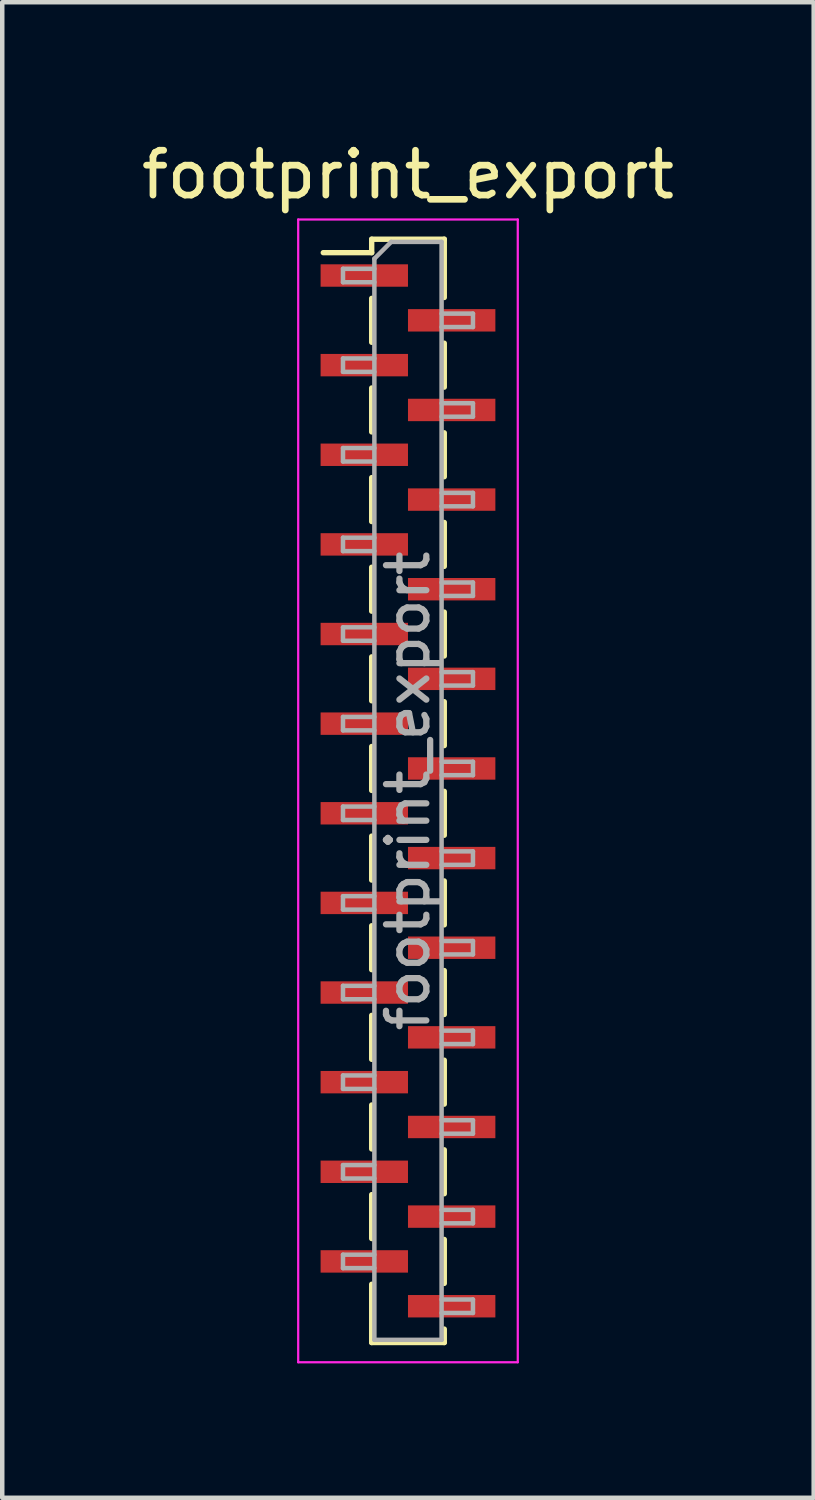
<source format=kicad_pcb>
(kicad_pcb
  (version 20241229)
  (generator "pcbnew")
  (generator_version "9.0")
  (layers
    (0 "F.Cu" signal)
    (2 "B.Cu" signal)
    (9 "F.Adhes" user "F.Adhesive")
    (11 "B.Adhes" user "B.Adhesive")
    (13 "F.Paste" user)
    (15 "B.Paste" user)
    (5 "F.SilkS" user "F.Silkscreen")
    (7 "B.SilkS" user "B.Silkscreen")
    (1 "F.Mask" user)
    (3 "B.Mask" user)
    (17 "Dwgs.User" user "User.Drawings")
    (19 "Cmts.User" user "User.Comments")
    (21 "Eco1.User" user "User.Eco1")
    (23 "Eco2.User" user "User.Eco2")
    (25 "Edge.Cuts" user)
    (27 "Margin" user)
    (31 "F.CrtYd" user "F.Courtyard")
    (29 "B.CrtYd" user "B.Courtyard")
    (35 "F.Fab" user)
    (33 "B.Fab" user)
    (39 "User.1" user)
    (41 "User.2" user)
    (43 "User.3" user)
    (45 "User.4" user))
  (footprint "footprint_export"
    (layer "F.Cu")
    (at 6.054 14.598)
    (property "Reference" "footprint_export" (at 0 -13.75 0) (layer "F.SilkS") (effects (font (size 1 1) (thickness 0.15))))
    (attr smd)
    (fp_line (start -1.89 -12.01) (end -0.81 -12.01) (stroke (width 0.12) (type solid)) (layer "F.SilkS"))
    (fp_line (start -0.81 -12.31) (end -0.81 -12.01) (stroke (width 0.12) (type solid)) (layer "F.SilkS"))
    (fp_line (start -0.81 -12.31) (end 0.81 -12.31) (stroke (width 0.12) (type solid)) (layer "F.SilkS"))
    (fp_line (start -0.81 -10.99) (end -0.81 -10.01) (stroke (width 0.12) (type solid)) (layer "F.SilkS"))
    (fp_line (start -0.81 -8.99) (end -0.81 -8.01) (stroke (width 0.12) (type solid)) (layer "F.SilkS"))
    (fp_line (start -0.81 -6.99) (end -0.81 -6.01) (stroke (width 0.12) (type solid)) (layer "F.SilkS"))
    (fp_line (start -0.81 -4.99) (end -0.81 -4.01) (stroke (width 0.12) (type solid)) (layer "F.SilkS"))
    (fp_line (start -0.81 -2.99) (end -0.81 -2.01) (stroke (width 0.12) (type solid)) (layer "F.SilkS"))
    (fp_line (start -0.81 -0.99) (end -0.81 -0.01) (stroke (width 0.12) (type solid)) (layer "F.SilkS"))
    (fp_line (start -0.81 1.01) (end -0.81 1.99) (stroke (width 0.12) (type solid)) (layer "F.SilkS"))
    (fp_line (start -0.81 3.01) (end -0.81 3.99) (stroke (width 0.12) (type solid)) (layer "F.SilkS"))
    (fp_line (start -0.81 5.01) (end -0.81 5.99) (stroke (width 0.12) (type solid)) (layer "F.SilkS"))
    (fp_line (start -0.81 7.01) (end -0.81 7.99) (stroke (width 0.12) (type solid)) (layer "F.SilkS"))
    (fp_line (start -0.81 9.01) (end -0.81 9.99) (stroke (width 0.12) (type solid)) (layer "F.SilkS"))
    (fp_line (start -0.81 11.01) (end -0.81 12.31) (stroke (width 0.12) (type solid)) (layer "F.SilkS"))
    (fp_line (start -0.81 12.31) (end 0.81 12.31) (stroke (width 0.12) (type solid)) (layer "F.SilkS"))
    (fp_line (start 0.81 -12.31) (end 0.81 -11.01) (stroke (width 0.12) (type solid)) (layer "F.SilkS"))
    (fp_line (start 0.81 -9.99) (end 0.81 -9.01) (stroke (width 0.12) (type solid)) (layer "F.SilkS"))
    (fp_line (start 0.81 -7.99) (end 0.81 -7.01) (stroke (width 0.12) (type solid)) (layer "F.SilkS"))
    (fp_line (start 0.81 -5.99) (end 0.81 -5.01) (stroke (width 0.12) (type solid)) (layer "F.SilkS"))
    (fp_line (start 0.81 -3.99) (end 0.81 -3.01) (stroke (width 0.12) (type solid)) (layer "F.SilkS"))
    (fp_line (start 0.81 -1.99) (end 0.81 -1.01) (stroke (width 0.12) (type solid)) (layer "F.SilkS"))
    (fp_line (start 0.81 0.01) (end 0.81 0.99) (stroke (width 0.12) (type solid)) (layer "F.SilkS"))
    (fp_line (start 0.81 2.01) (end 0.81 2.99) (stroke (width 0.12) (type solid)) (layer "F.SilkS"))
    (fp_line (start 0.81 4.01) (end 0.81 4.99) (stroke (width 0.12) (type solid)) (layer "F.SilkS"))
    (fp_line (start 0.81 6.01) (end 0.81 6.99) (stroke (width 0.12) (type solid)) (layer "F.SilkS"))
    (fp_line (start 0.81 8.01) (end 0.81 8.99) (stroke (width 0.12) (type solid)) (layer "F.SilkS"))
    (fp_line (start 0.81 10.01) (end 0.81 10.99) (stroke (width 0.12) (type solid)) (layer "F.SilkS"))
    (fp_line (start 0.81 12.01) (end 0.81 12.31) (stroke (width 0.12) (type solid)) (layer "F.SilkS"))
    (fp_line (start -2.45 -12.75) (end 2.45 -12.75) (stroke (width 0.05) (type solid)) (layer "F.CrtYd"))
    (fp_line (start -2.45 12.75) (end -2.45 -12.75) (stroke (width 0.05) (type solid)) (layer "F.CrtYd"))
    (fp_line (start 2.45 -12.75) (end 2.45 12.75) (stroke (width 0.05) (type solid)) (layer "F.CrtYd"))
    (fp_line (start 2.45 12.75) (end -2.45 12.75) (stroke (width 0.05) (type solid)) (layer "F.CrtYd"))
    (fp_line (start -1.45 -11.65) (end -0.75 -11.65) (stroke (width 0.1) (type solid)) (layer "F.Fab"))
    (fp_line (start -1.45 -11.35) (end -1.45 -11.65) (stroke (width 0.1) (type solid)) (layer "F.Fab"))
    (fp_line (start -1.45 -9.65) (end -0.75 -9.65) (stroke (width 0.1) (type solid)) (layer "F.Fab"))
    (fp_line (start -1.45 -9.35) (end -1.45 -9.65) (stroke (width 0.1) (type solid)) (layer "F.Fab"))
    (fp_line (start -1.45 -7.65) (end -0.75 -7.65) (stroke (width 0.1) (type solid)) (layer "F.Fab"))
    (fp_line (start -1.45 -7.35) (end -1.45 -7.65) (stroke (width 0.1) (type solid)) (layer "F.Fab"))
    (fp_line (start -1.45 -5.65) (end -0.75 -5.65) (stroke (width 0.1) (type solid)) (layer "F.Fab"))
    (fp_line (start -1.45 -5.35) (end -1.45 -5.65) (stroke (width 0.1) (type solid)) (layer "F.Fab"))
    (fp_line (start -1.45 -3.65) (end -0.75 -3.65) (stroke (width 0.1) (type solid)) (layer "F.Fab"))
    (fp_line (start -1.45 -3.35) (end -1.45 -3.65) (stroke (width 0.1) (type solid)) (layer "F.Fab"))
    (fp_line (start -1.45 -1.65) (end -0.75 -1.65) (stroke (width 0.1) (type solid)) (layer "F.Fab"))
    (fp_line (start -1.45 -1.35) (end -1.45 -1.65) (stroke (width 0.1) (type solid)) (layer "F.Fab"))
    (fp_line (start -1.45 0.35) (end -0.75 0.35) (stroke (width 0.1) (type solid)) (layer "F.Fab"))
    (fp_line (start -1.45 0.65) (end -1.45 0.35) (stroke (width 0.1) (type solid)) (layer "F.Fab"))
    (fp_line (start -1.45 2.35) (end -0.75 2.35) (stroke (width 0.1) (type solid)) (layer "F.Fab"))
    (fp_line (start -1.45 2.65) (end -1.45 2.35) (stroke (width 0.1) (type solid)) (layer "F.Fab"))
    (fp_line (start -1.45 4.35) (end -0.75 4.35) (stroke (width 0.1) (type solid)) (layer "F.Fab"))
    (fp_line (start -1.45 4.65) (end -1.45 4.35) (stroke (width 0.1) (type solid)) (layer "F.Fab"))
    (fp_line (start -1.45 6.35) (end -0.75 6.35) (stroke (width 0.1) (type solid)) (layer "F.Fab"))
    (fp_line (start -1.45 6.65) (end -1.45 6.35) (stroke (width 0.1) (type solid)) (layer "F.Fab"))
    (fp_line (start -1.45 8.35) (end -0.75 8.35) (stroke (width 0.1) (type solid)) (layer "F.Fab"))
    (fp_line (start -1.45 8.65) (end -1.45 8.35) (stroke (width 0.1) (type solid)) (layer "F.Fab"))
    (fp_line (start -1.45 10.35) (end -0.75 10.35) (stroke (width 0.1) (type solid)) (layer "F.Fab"))
    (fp_line (start -1.45 10.65) (end -1.45 10.35) (stroke (width 0.1) (type solid)) (layer "F.Fab"))
    (fp_line (start -0.75 -11.875) (end -0.375 -12.25) (stroke (width 0.1) (type solid)) (layer "F.Fab"))
    (fp_line (start -0.75 -11.35) (end -1.45 -11.35) (stroke (width 0.1) (type solid)) (layer "F.Fab"))
    (fp_line (start -0.75 -9.35) (end -1.45 -9.35) (stroke (width 0.1) (type solid)) (layer "F.Fab"))
    (fp_line (start -0.75 -7.35) (end -1.45 -7.35) (stroke (width 0.1) (type solid)) (layer "F.Fab"))
    (fp_line (start -0.75 -5.35) (end -1.45 -5.35) (stroke (width 0.1) (type solid)) (layer "F.Fab"))
    (fp_line (start -0.75 -3.35) (end -1.45 -3.35) (stroke (width 0.1) (type solid)) (layer "F.Fab"))
    (fp_line (start -0.75 -1.35) (end -1.45 -1.35) (stroke (width 0.1) (type solid)) (layer "F.Fab"))
    (fp_line (start -0.75 0.65) (end -1.45 0.65) (stroke (width 0.1) (type solid)) (layer "F.Fab"))
    (fp_line (start -0.75 2.65) (end -1.45 2.65) (stroke (width 0.1) (type solid)) (layer "F.Fab"))
    (fp_line (start -0.75 4.65) (end -1.45 4.65) (stroke (width 0.1) (type solid)) (layer "F.Fab"))
    (fp_line (start -0.75 6.65) (end -1.45 6.65) (stroke (width 0.1) (type solid)) (layer "F.Fab"))
    (fp_line (start -0.75 8.65) (end -1.45 8.65) (stroke (width 0.1) (type solid)) (layer "F.Fab"))
    (fp_line (start -0.75 10.65) (end -1.45 10.65) (stroke (width 0.1) (type solid)) (layer "F.Fab"))
    (fp_line (start -0.75 12.25) (end -0.75 -11.875) (stroke (width 0.1) (type solid)) (layer "F.Fab"))
    (fp_line (start -0.375 -12.25) (end 0.75 -12.25) (stroke (width 0.1) (type solid)) (layer "F.Fab"))
    (fp_line (start 0.75 -12.25) (end 0.75 12.25) (stroke (width 0.1) (type solid)) (layer "F.Fab"))
    (fp_line (start 0.75 -10.65) (end 1.45 -10.65) (stroke (width 0.1) (type solid)) (layer "F.Fab"))
    (fp_line (start 0.75 -8.65) (end 1.45 -8.65) (stroke (width 0.1) (type solid)) (layer "F.Fab"))
    (fp_line (start 0.75 -6.65) (end 1.45 -6.65) (stroke (width 0.1) (type solid)) (layer "F.Fab"))
    (fp_line (start 0.75 -4.65) (end 1.45 -4.65) (stroke (width 0.1) (type solid)) (layer "F.Fab"))
    (fp_line (start 0.75 -2.65) (end 1.45 -2.65) (stroke (width 0.1) (type solid)) (layer "F.Fab"))
    (fp_line (start 0.75 -0.65) (end 1.45 -0.65) (stroke (width 0.1) (type solid)) (layer "F.Fab"))
    (fp_line (start 0.75 1.35) (end 1.45 1.35) (stroke (width 0.1) (type solid)) (layer "F.Fab"))
    (fp_line (start 0.75 3.35) (end 1.45 3.35) (stroke (width 0.1) (type solid)) (layer "F.Fab"))
    (fp_line (start 0.75 5.35) (end 1.45 5.35) (stroke (width 0.1) (type solid)) (layer "F.Fab"))
    (fp_line (start 0.75 7.35) (end 1.45 7.35) (stroke (width 0.1) (type solid)) (layer "F.Fab"))
    (fp_line (start 0.75 9.35) (end 1.45 9.35) (stroke (width 0.1) (type solid)) (layer "F.Fab"))
    (fp_line (start 0.75 11.35) (end 1.45 11.35) (stroke (width 0.1) (type solid)) (layer "F.Fab"))
    (fp_line (start 0.75 12.25) (end -0.75 12.25) (stroke (width 0.1) (type solid)) (layer "F.Fab"))
    (fp_line (start 1.45 -10.65) (end 1.45 -10.35) (stroke (width 0.1) (type solid)) (layer "F.Fab"))
    (fp_line (start 1.45 -10.35) (end 0.75 -10.35) (stroke (width 0.1) (type solid)) (layer "F.Fab"))
    (fp_line (start 1.45 -8.65) (end 1.45 -8.35) (stroke (width 0.1) (type solid)) (layer "F.Fab"))
    (fp_line (start 1.45 -8.35) (end 0.75 -8.35) (stroke (width 0.1) (type solid)) (layer "F.Fab"))
    (fp_line (start 1.45 -6.65) (end 1.45 -6.35) (stroke (width 0.1) (type solid)) (layer "F.Fab"))
    (fp_line (start 1.45 -6.35) (end 0.75 -6.35) (stroke (width 0.1) (type solid)) (layer "F.Fab"))
    (fp_line (start 1.45 -4.65) (end 1.45 -4.35) (stroke (width 0.1) (type solid)) (layer "F.Fab"))
    (fp_line (start 1.45 -4.35) (end 0.75 -4.35) (stroke (width 0.1) (type solid)) (layer "F.Fab"))
    (fp_line (start 1.45 -2.65) (end 1.45 -2.35) (stroke (width 0.1) (type solid)) (layer "F.Fab"))
    (fp_line (start 1.45 -2.35) (end 0.75 -2.35) (stroke (width 0.1) (type solid)) (layer "F.Fab"))
    (fp_line (start 1.45 -0.65) (end 1.45 -0.35) (stroke (width 0.1) (type solid)) (layer "F.Fab"))
    (fp_line (start 1.45 -0.35) (end 0.75 -0.35) (stroke (width 0.1) (type solid)) (layer "F.Fab"))
    (fp_line (start 1.45 1.35) (end 1.45 1.65) (stroke (width 0.1) (type solid)) (layer "F.Fab"))
    (fp_line (start 1.45 1.65) (end 0.75 1.65) (stroke (width 0.1) (type solid)) (layer "F.Fab"))
    (fp_line (start 1.45 3.35) (end 1.45 3.65) (stroke (width 0.1) (type solid)) (layer "F.Fab"))
    (fp_line (start 1.45 3.65) (end 0.75 3.65) (stroke (width 0.1) (type solid)) (layer "F.Fab"))
    (fp_line (start 1.45 5.35) (end 1.45 5.65) (stroke (width 0.1) (type solid)) (layer "F.Fab"))
    (fp_line (start 1.45 5.65) (end 0.75 5.65) (stroke (width 0.1) (type solid)) (layer "F.Fab"))
    (fp_line (start 1.45 7.35) (end 1.45 7.65) (stroke (width 0.1) (type solid)) (layer "F.Fab"))
    (fp_line (start 1.45 7.65) (end 0.75 7.65) (stroke (width 0.1) (type solid)) (layer "F.Fab"))
    (fp_line (start 1.45 9.35) (end 1.45 9.65) (stroke (width 0.1) (type solid)) (layer "F.Fab"))
    (fp_line (start 1.45 9.65) (end 0.75 9.65) (stroke (width 0.1) (type solid)) (layer "F.Fab"))
    (fp_line (start 1.45 11.35) (end 1.45 11.65) (stroke (width 0.1) (type solid)) (layer "F.Fab"))
    (fp_line (start 1.45 11.65) (end 0.75 11.65) (stroke (width 0.1) (type solid)) (layer "F.Fab"))
    (fp_text user "${REFERENCE}" (at 0 0 90) (layer "F.Fab") (effects (font (size 0.9 0.9) (thickness 0.14))))
    (pad "1" smd rect (at -0.975 -11.5) (size 1.95 0.5) (layers "F.Cu" "F.Mask" "F.Paste"))
    (pad "2" smd rect (at 0.975 -10.5) (size 1.95 0.5) (layers "F.Cu" "F.Mask" "F.Paste"))
    (pad "3" smd rect (at -0.975 -9.5) (size 1.95 0.5) (layers "F.Cu" "F.Mask" "F.Paste"))
    (pad "4" smd rect (at 0.975 -8.5) (size 1.95 0.5) (layers "F.Cu" "F.Mask" "F.Paste"))
    (pad "5" smd rect (at -0.975 -7.5) (size 1.95 0.5) (layers "F.Cu" "F.Mask" "F.Paste"))
    (pad "6" smd rect (at 0.975 -6.5) (size 1.95 0.5) (layers "F.Cu" "F.Mask" "F.Paste"))
    (pad "7" smd rect (at -0.975 -5.5) (size 1.95 0.5) (layers "F.Cu" "F.Mask" "F.Paste"))
    (pad "8" smd rect (at 0.975 -4.5) (size 1.95 0.5) (layers "F.Cu" "F.Mask" "F.Paste"))
    (pad "9" smd rect (at -0.975 -3.5) (size 1.95 0.5) (layers "F.Cu" "F.Mask" "F.Paste"))
    (pad "10" smd rect (at 0.975 -2.5) (size 1.95 0.5) (layers "F.Cu" "F.Mask" "F.Paste"))
    (pad "11" smd rect (at -0.975 -1.5) (size 1.95 0.5) (layers "F.Cu" "F.Mask" "F.Paste"))
    (pad "12" smd rect (at 0.975 -0.5) (size 1.95 0.5) (layers "F.Cu" "F.Mask" "F.Paste"))
    (pad "13" smd rect (at -0.975 0.5) (size 1.95 0.5) (layers "F.Cu" "F.Mask" "F.Paste"))
    (pad "14" smd rect (at 0.975 1.5) (size 1.95 0.5) (layers "F.Cu" "F.Mask" "F.Paste"))
    (pad "15" smd rect (at -0.975 2.5) (size 1.95 0.5) (layers "F.Cu" "F.Mask" "F.Paste"))
    (pad "16" smd rect (at 0.975 3.5) (size 1.95 0.5) (layers "F.Cu" "F.Mask" "F.Paste"))
    (pad "17" smd rect (at -0.975 4.5) (size 1.95 0.5) (layers "F.Cu" "F.Mask" "F.Paste"))
    (pad "18" smd rect (at 0.975 5.5) (size 1.95 0.5) (layers "F.Cu" "F.Mask" "F.Paste"))
    (pad "19" smd rect (at -0.975 6.5) (size 1.95 0.5) (layers "F.Cu" "F.Mask" "F.Paste"))
    (pad "20" smd rect (at 0.975 7.5) (size 1.95 0.5) (layers "F.Cu" "F.Mask" "F.Paste"))
    (pad "21" smd rect (at -0.975 8.5) (size 1.95 0.5) (layers "F.Cu" "F.Mask" "F.Paste"))
    (pad "22" smd rect (at 0.975 9.5) (size 1.95 0.5) (layers "F.Cu" "F.Mask" "F.Paste"))
    (pad "23" smd rect (at -0.975 10.5) (size 1.95 0.5) (layers "F.Cu" "F.Mask" "F.Paste"))
    (pad "24" smd rect (at 0.975 11.5) (size 1.95 0.5) (layers "F.Cu" "F.Mask" "F.Paste")))
  (gr_rect
    (start -3 -3)
    (end 15.107 30.373)
    (stroke (width 0.1) (type default))
    (fill no)
    (layer "Edge.Cuts")))
</source>
